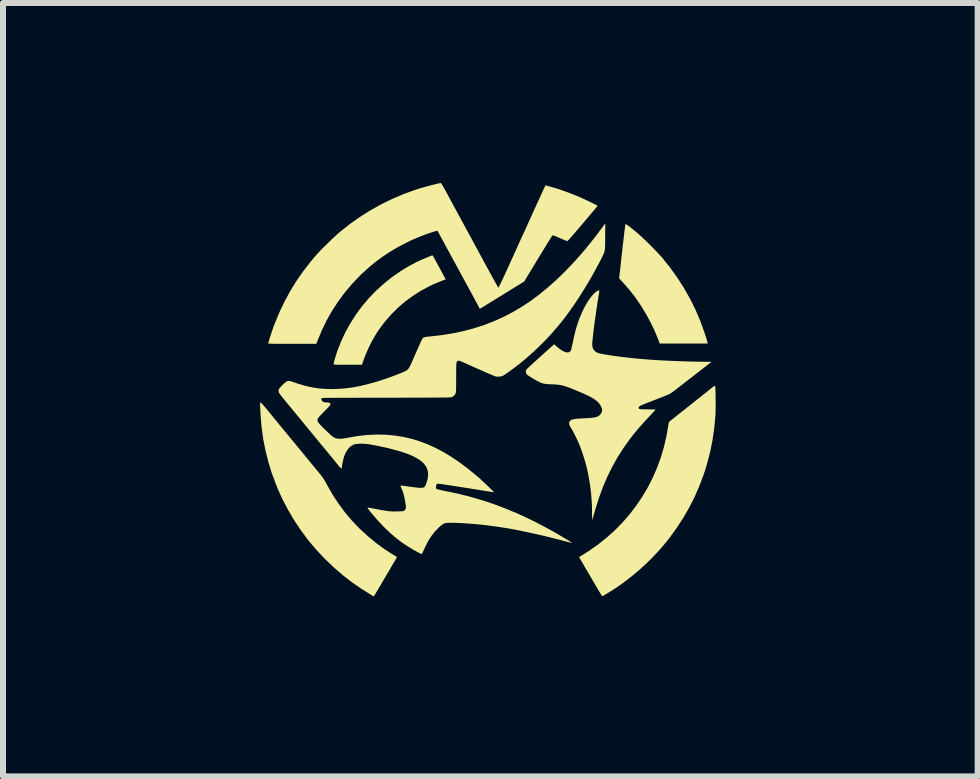
<source format=kicad_pcb>
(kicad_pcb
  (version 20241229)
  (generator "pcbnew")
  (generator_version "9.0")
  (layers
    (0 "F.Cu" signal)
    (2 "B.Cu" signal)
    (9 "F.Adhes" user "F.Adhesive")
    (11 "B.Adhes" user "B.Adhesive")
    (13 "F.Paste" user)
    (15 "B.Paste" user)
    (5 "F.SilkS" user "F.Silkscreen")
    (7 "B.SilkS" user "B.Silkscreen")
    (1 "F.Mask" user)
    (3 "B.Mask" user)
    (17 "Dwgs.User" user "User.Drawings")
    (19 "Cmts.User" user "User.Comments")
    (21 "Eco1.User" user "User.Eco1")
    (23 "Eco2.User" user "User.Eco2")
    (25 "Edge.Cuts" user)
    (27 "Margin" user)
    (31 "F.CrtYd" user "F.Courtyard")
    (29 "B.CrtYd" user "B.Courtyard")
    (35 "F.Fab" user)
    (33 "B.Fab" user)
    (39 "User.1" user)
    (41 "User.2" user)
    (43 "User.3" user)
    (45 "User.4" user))
  (footprint "SW_ICON"
    (layer "F.Cu")
    (at 5.121 3.606)
    (property "Reference" "SW_ICON" (at 0 0 0) (layer "User.1") (effects (font (size 1.5 1.5) (thickness 0.3))))
    (attr board_only exclude_from_pos_files exclude_from_bom)
    (fp_poly (pts (xy 2.259 -2.921) (xy 2.274 -2.912) (xy 2.297 -2.896) (xy 2.328 -2.873) (xy 2.368 -2.841) (xy 2.416 -2.802) (xy 2.435 -2.786) (xy 2.468 -2.758) (xy 2.507 -2.723) (xy 2.551 -2.682) (xy 2.597 -2.638) (xy 2.645 -2.591) (xy 2.693 -2.543) (xy 2.74 -2.495) (xy 2.783 -2.45) (xy 2.822 -2.409) (xy 2.855 -2.372) (xy 2.863 -2.363) (xy 2.994 -2.2) (xy 3.116 -2.03) (xy 3.228 -1.855) (xy 3.33 -1.675) (xy 3.422 -1.489) (xy 3.503 -1.299) (xy 3.573 -1.103) (xy 3.596 -1.034) (xy 3.604 -1.007) (xy 3.611 -0.981) (xy 3.617 -0.961) (xy 3.62 -0.95) (xy 3.624 -0.931) (xy 3.223 -0.931) (xy 2.823 -0.931) (xy 2.796 -1.004) (xy 2.738 -1.144) (xy 2.673 -1.28) (xy 2.599 -1.416) (xy 2.516 -1.553) (xy 2.434 -1.675) (xy 2.402 -1.719) (xy 2.364 -1.768) (xy 2.321 -1.821) (xy 2.275 -1.875) (xy 2.229 -1.928) (xy 2.193 -1.967) (xy 2.147 -2.018) (xy 2.15 -2.047) (xy 2.151 -2.058) (xy 2.154 -2.079) (xy 2.157 -2.109) (xy 2.162 -2.148) (xy 2.167 -2.194) (xy 2.173 -2.247) (xy 2.179 -2.305) (xy 2.186 -2.368) (xy 2.194 -2.434) (xy 2.201 -2.497) (xy 2.208 -2.565) (xy 2.216 -2.63) (xy 2.223 -2.691) (xy 2.229 -2.746) (xy 2.235 -2.796) (xy 2.241 -2.838) (xy 2.245 -2.873) (xy 2.249 -2.9) (xy 2.251 -2.916) (xy 2.253 -2.922)) (stroke (width 0) (type solid)) (fill yes) (layer "F.SilkS"))
    (fp_poly (pts (xy -0.959 -2.396) (xy -0.952 -2.385) (xy -0.951 -2.384) (xy -0.947 -2.377) (xy -0.938 -2.361) (xy -0.925 -2.337) (xy -0.909 -2.308) (xy -0.891 -2.274) (xy -0.871 -2.237) (xy -0.85 -2.199) (xy -0.829 -2.16) (xy -0.809 -2.123) (xy -0.79 -2.088) (xy -0.774 -2.057) (xy -0.76 -2.032) (xy -0.75 -2.014) (xy -0.748 -2.01) (xy -0.746 -2.001) (xy -0.753 -1.996) (xy -0.793 -1.982) (xy -0.84 -1.963) (xy -0.89 -1.942) (xy -0.941 -1.921) (xy -0.988 -1.899) (xy -1.017 -1.885) (xy -1.156 -1.811) (xy -1.289 -1.726) (xy -1.416 -1.633) (xy -1.535 -1.531) (xy -1.647 -1.42) (xy -1.752 -1.301) (xy -1.847 -1.175) (xy -1.858 -1.16) (xy -1.916 -1.07) (xy -1.972 -0.972) (xy -2.024 -0.868) (xy -2.071 -0.762) (xy -2.112 -0.656) (xy -2.119 -0.636) (xy -2.139 -0.578) (xy -2.373 -0.577) (xy -2.432 -0.577) (xy -2.481 -0.577) (xy -2.52 -0.578) (xy -2.55 -0.578) (xy -2.573 -0.579) (xy -2.59 -0.58) (xy -2.601 -0.581) (xy -2.607 -0.583) (xy -2.61 -0.585) (xy -2.61 -0.585) (xy -2.61 -0.594) (xy -2.607 -0.612) (xy -2.601 -0.637) (xy -2.593 -0.667) (xy -2.583 -0.701) (xy -2.572 -0.737) (xy -2.561 -0.772) (xy -2.551 -0.802) (xy -2.488 -0.963) (xy -2.415 -1.12) (xy -2.331 -1.27) (xy -2.239 -1.415) (xy -2.137 -1.553) (xy -2.026 -1.685) (xy -1.906 -1.809) (xy -1.778 -1.925) (xy -1.643 -2.034) (xy -1.499 -2.134) (xy -1.492 -2.139) (xy -1.434 -2.175) (xy -1.373 -2.211) (xy -1.31 -2.246) (xy -1.25 -2.278) (xy -1.196 -2.305) (xy -1.19 -2.307) (xy -1.166 -2.318) (xy -1.137 -2.331) (xy -1.105 -2.344) (xy -1.073 -2.358) (xy -1.042 -2.371) (xy -1.014 -2.382) (xy -0.99 -2.392) (xy -0.974 -2.398) (xy -0.966 -2.4) (xy -0.966 -2.4)) (stroke (width 0) (type solid)) (fill yes) (layer "F.SilkS"))
    (fp_poly (pts (xy -3.827 0.052) (xy -3.82 0.057) (xy -3.807 0.07) (xy -3.79 0.089) (xy -3.769 0.113) (xy -3.745 0.141) (xy -3.729 0.159) (xy -3.699 0.197) (xy -3.664 0.239) (xy -3.629 0.282) (xy -3.596 0.323) (xy -3.567 0.358) (xy -3.565 0.359) (xy -3.536 0.396) (xy -3.502 0.437) (xy -3.466 0.481) (xy -3.427 0.527) (xy -3.388 0.575) (xy -3.35 0.622) (xy -3.312 0.668) (xy -3.277 0.71) (xy -3.245 0.749) (xy -3.218 0.782) (xy -3.195 0.809) (xy -3.182 0.826) (xy -3.164 0.847) (xy -3.142 0.874) (xy -3.116 0.906) (xy -3.088 0.94) (xy -3.061 0.973) (xy -3.057 0.978) (xy -3.029 1.012) (xy -2.996 1.052) (xy -2.961 1.095) (xy -2.925 1.138) (xy -2.891 1.18) (xy -2.876 1.197) (xy -2.846 1.234) (xy -2.821 1.265) (xy -2.801 1.291) (xy -2.785 1.313) (xy -2.771 1.335) (xy -2.757 1.357) (xy -2.743 1.383) (xy -2.727 1.412) (xy -2.727 1.413) (xy -2.635 1.576) (xy -2.534 1.731) (xy -2.425 1.879) (xy -2.307 2.019) (xy -2.18 2.152) (xy -2.044 2.277) (xy -1.9 2.396) (xy -1.8 2.47) (xy -1.758 2.499) (xy -1.714 2.528) (xy -1.67 2.557) (xy -1.629 2.582) (xy -1.595 2.602) (xy -1.589 2.606) (xy -1.574 2.614) (xy -1.565 2.62) (xy -1.56 2.627) (xy -1.561 2.637) (xy -1.568 2.651) (xy -1.579 2.671) (xy -1.593 2.694) (xy -1.602 2.71) (xy -1.617 2.734) (xy -1.635 2.765) (xy -1.657 2.803) (xy -1.682 2.846) (xy -1.71 2.892) (xy -1.738 2.941) (xy -1.768 2.991) (xy -1.797 3.041) (xy -1.824 3.088) (xy -1.85 3.131) (xy -1.873 3.17) (xy -1.893 3.203) (xy -1.909 3.23) (xy -1.92 3.249) (xy -1.926 3.26) (xy -1.927 3.26) (xy -1.942 3.284) (xy -1.978 3.263) (xy -2.142 3.161) (xy -2.303 3.05) (xy -2.459 2.929) (xy -2.609 2.799) (xy -2.753 2.662) (xy -2.889 2.518) (xy -3.017 2.368) (xy -3.055 2.32) (xy -3.167 2.167) (xy -3.273 2.007) (xy -3.371 1.84) (xy -3.46 1.671) (xy -3.539 1.499) (xy -3.573 1.414) (xy -3.642 1.228) (xy -3.699 1.042) (xy -3.746 0.854) (xy -3.784 0.663) (xy -3.811 0.468) (xy -3.828 0.269) (xy -3.834 0.144) (xy -3.836 0.109) (xy -3.836 0.085) (xy -3.836 0.068) (xy -3.835 0.058) (xy -3.833 0.054) (xy -3.83 0.052)) (stroke (width 0) (type solid)) (fill yes) (layer "F.SilkS"))
    (fp_poly (pts (xy 3.746 -0.224) (xy 3.746 -0.224) (xy 3.748 -0.216) (xy 3.75 -0.199) (xy 3.752 -0.172) (xy 3.753 -0.139) (xy 3.754 -0.1) (xy 3.755 -0.056) (xy 3.755 -0.009) (xy 3.756 0.039) (xy 3.756 0.088) (xy 3.755 0.135) (xy 3.755 0.18) (xy 3.754 0.221) (xy 3.752 0.257) (xy 3.751 0.282) (xy 3.732 0.483) (xy 3.704 0.676) (xy 3.667 0.864) (xy 3.62 1.045) (xy 3.605 1.097) (xy 3.597 1.124) (xy 3.59 1.148) (xy 3.585 1.166) (xy 3.582 1.174) (xy 3.579 1.186) (xy 3.572 1.206) (xy 3.563 1.231) (xy 3.554 1.26) (xy 3.551 1.266) (xy 3.482 1.449) (xy 3.405 1.625) (xy 3.319 1.795) (xy 3.224 1.961) (xy 3.118 2.125) (xy 3.014 2.271) (xy 2.993 2.299) (xy 2.973 2.326) (xy 2.955 2.349) (xy 2.941 2.366) (xy 2.937 2.371) (xy 2.925 2.386) (xy 2.907 2.407) (xy 2.887 2.431) (xy 2.867 2.454) (xy 2.78 2.553) (xy 2.684 2.654) (xy 2.581 2.754) (xy 2.472 2.851) (xy 2.36 2.946) (xy 2.246 3.034) (xy 2.133 3.116) (xy 2.087 3.146) (xy 2.058 3.166) (xy 2.026 3.186) (xy 1.993 3.206) (xy 1.961 3.226) (xy 1.931 3.244) (xy 1.905 3.259) (xy 1.885 3.271) (xy 1.871 3.278) (xy 1.866 3.28) (xy 1.862 3.275) (xy 1.852 3.262) (xy 1.84 3.242) (xy 1.824 3.216) (xy 1.806 3.187) (xy 1.803 3.181) (xy 1.785 3.151) (xy 1.762 3.112) (xy 1.737 3.069) (xy 1.709 3.022) (xy 1.682 2.975) (xy 1.655 2.929) (xy 1.65 2.92) (xy 1.614 2.859) (xy 1.583 2.807) (xy 1.558 2.763) (xy 1.537 2.727) (xy 1.52 2.698) (xy 1.506 2.675) (xy 1.497 2.658) (xy 1.489 2.645) (xy 1.485 2.636) (xy 1.482 2.631) (xy 1.481 2.628) (xy 1.481 2.627) (xy 1.481 2.626) (xy 1.487 2.623) (xy 1.5 2.615) (xy 1.518 2.605) (xy 1.521 2.603) (xy 1.54 2.592) (xy 1.565 2.576) (xy 1.594 2.557) (xy 1.624 2.538) (xy 1.637 2.53) (xy 1.79 2.423) (xy 1.934 2.308) (xy 2.071 2.186) (xy 2.199 2.056) (xy 2.319 1.919) (xy 2.429 1.775) (xy 2.531 1.625) (xy 2.623 1.47) (xy 2.706 1.308) (xy 2.778 1.142) (xy 2.841 0.971) (xy 2.893 0.795) (xy 2.935 0.616) (xy 2.961 0.463) (xy 2.966 0.433) (xy 2.971 0.407) (xy 2.975 0.387) (xy 2.979 0.376) (xy 2.98 0.374) (xy 2.986 0.369) (xy 3 0.358) (xy 3.021 0.341) (xy 3.048 0.319) (xy 3.081 0.293) (xy 3.117 0.264) (xy 3.157 0.233) (xy 3.184 0.211) (xy 3.227 0.177) (xy 3.269 0.144) (xy 3.307 0.114) (xy 3.342 0.086) (xy 3.372 0.062) (xy 3.396 0.043) (xy 3.412 0.03) (xy 3.417 0.026) (xy 3.437 0.01) (xy 3.456 -0.005) (xy 3.471 -0.017) (xy 3.472 -0.017) (xy 3.483 -0.026) (xy 3.501 -0.04) (xy 3.524 -0.058) (xy 3.549 -0.079) (xy 3.562 -0.089) (xy 3.607 -0.125) (xy 3.644 -0.155) (xy 3.674 -0.179) (xy 3.697 -0.197) (xy 3.715 -0.21) (xy 3.728 -0.218) (xy 3.737 -0.223) (xy 3.743 -0.225)) (stroke (width 0) (type solid)) (fill yes) (layer "F.SilkS"))
    (fp_poly (pts (xy 1.813 -1.816) (xy 1.816 -1.812) (xy 1.817 -1.802) (xy 1.815 -1.787) (xy 1.811 -1.763) (xy 1.806 -1.73) (xy 1.805 -1.726) (xy 1.79 -1.633) (xy 1.775 -1.537) (xy 1.761 -1.439) (xy 1.747 -1.342) (xy 1.734 -1.248) (xy 1.723 -1.159) (xy 1.713 -1.077) (xy 1.705 -1.003) (xy 1.704 -0.995) (xy 1.7 -0.949) (xy 1.699 -0.911) (xy 1.702 -0.881) (xy 1.708 -0.857) (xy 1.718 -0.836) (xy 1.732 -0.817) (xy 1.742 -0.806) (xy 1.755 -0.794) (xy 1.769 -0.785) (xy 1.786 -0.777) (xy 1.807 -0.769) (xy 1.834 -0.763) (xy 1.869 -0.756) (xy 1.913 -0.748) (xy 1.926 -0.746) (xy 2.067 -0.724) (xy 2.212 -0.705) (xy 2.364 -0.688) (xy 2.521 -0.673) (xy 2.686 -0.66) (xy 2.859 -0.65) (xy 3.041 -0.641) (xy 3.232 -0.634) (xy 3.433 -0.629) (xy 3.586 -0.627) (xy 3.687 -0.626) (xy 3.558 -0.526) (xy 3.521 -0.497) (xy 3.477 -0.463) (xy 3.429 -0.426) (xy 3.379 -0.386) (xy 3.328 -0.347) (xy 3.28 -0.31) (xy 3.258 -0.293) (xy 3.204 -0.25) (xy 3.158 -0.215) (xy 3.119 -0.185) (xy 3.087 -0.16) (xy 3.061 -0.14) (xy 3.039 -0.124) (xy 3.021 -0.112) (xy 3.007 -0.102) (xy 2.994 -0.094) (xy 2.984 -0.088) (xy 2.975 -0.084) (xy 2.962 -0.079) (xy 2.94 -0.069) (xy 2.911 -0.057) (xy 2.876 -0.043) (xy 2.836 -0.028) (xy 2.795 -0.012) (xy 2.79 -0.01) (xy 2.723 0.016) (xy 2.667 0.038) (xy 2.62 0.056) (xy 2.581 0.072) (xy 2.55 0.084) (xy 2.525 0.095) (xy 2.506 0.103) (xy 2.493 0.111) (xy 2.484 0.117) (xy 2.478 0.122) (xy 2.475 0.127) (xy 2.473 0.132) (xy 2.473 0.137) (xy 2.473 0.14) (xy 2.474 0.148) (xy 2.477 0.154) (xy 2.483 0.159) (xy 2.494 0.162) (xy 2.512 0.164) (xy 2.537 0.165) (xy 2.571 0.166) (xy 2.615 0.166) (xy 2.619 0.166) (xy 2.657 0.167) (xy 2.691 0.167) (xy 2.719 0.168) (xy 2.74 0.168) (xy 2.752 0.169) (xy 2.753 0.17) (xy 2.751 0.174) (xy 2.742 0.186) (xy 2.726 0.203) (xy 2.706 0.225) (xy 2.682 0.25) (xy 2.674 0.259) (xy 2.569 0.371) (xy 2.474 0.478) (xy 2.389 0.58) (xy 2.331 0.654) (xy 2.222 0.807) (xy 2.122 0.963) (xy 2.032 1.124) (xy 1.95 1.29) (xy 1.876 1.463) (xy 1.81 1.643) (xy 1.751 1.831) (xy 1.75 1.834) (xy 1.739 1.873) (xy 1.729 1.909) (xy 1.719 1.941) (xy 1.712 1.968) (xy 1.706 1.986) (xy 1.705 1.991) (xy 1.702 2) (xy 1.7 2.004) (xy 1.699 2.003) (xy 1.697 1.996) (xy 1.697 1.982) (xy 1.696 1.959) (xy 1.696 1.927) (xy 1.695 1.889) (xy 1.695 1.85) (xy 1.695 1.814) (xy 1.694 1.783) (xy 1.693 1.759) (xy 1.693 1.744) (xy 1.693 1.74) (xy 1.691 1.728) (xy 1.69 1.707) (xy 1.688 1.68) (xy 1.687 1.654) (xy 1.681 1.58) (xy 1.672 1.497) (xy 1.66 1.41) (xy 1.645 1.32) (xy 1.628 1.232) (xy 1.61 1.148) (xy 1.593 1.081) (xy 1.58 1.033) (xy 1.563 0.978) (xy 1.544 0.92) (xy 1.525 0.863) (xy 1.506 0.809) (xy 1.489 0.766) (xy 1.474 0.73) (xy 1.456 0.689) (xy 1.435 0.645) (xy 1.413 0.6) (xy 1.391 0.557) (xy 1.37 0.519) (xy 1.352 0.488) (xy 1.347 0.48) (xy 1.328 0.447) (xy 1.317 0.421) (xy 1.313 0.4) (xy 1.316 0.381) (xy 1.32 0.374) (xy 1.328 0.36) (xy 1.338 0.35) (xy 1.351 0.342) (xy 1.37 0.335) (xy 1.396 0.329) (xy 1.431 0.323) (xy 1.442 0.322) (xy 1.463 0.321) (xy 1.491 0.319) (xy 1.525 0.317) (xy 1.562 0.315) (xy 1.577 0.314) (xy 1.629 0.312) (xy 1.671 0.309) (xy 1.705 0.306) (xy 1.732 0.302) (xy 1.754 0.298) (xy 1.773 0.292) (xy 1.79 0.285) (xy 1.795 0.282) (xy 1.823 0.263) (xy 1.844 0.238) (xy 1.859 0.209) (xy 1.864 0.18) (xy 1.86 0.155) (xy 1.849 0.126) (xy 1.834 0.095) (xy 1.82 0.076) (xy 1.8 0.052) (xy 1.776 0.029) (xy 1.749 0.007) (xy 1.715 -0.015) (xy 1.676 -0.038) (xy 1.629 -0.062) (xy 1.573 -0.088) (xy 1.507 -0.117) (xy 1.498 -0.12) (xy 1.433 -0.148) (xy 1.377 -0.171) (xy 1.329 -0.19) (xy 1.287 -0.206) (xy 1.251 -0.218) (xy 1.217 -0.228) (xy 1.186 -0.236) (xy 1.156 -0.241) (xy 1.125 -0.245) (xy 1.092 -0.248) (xy 1.056 -0.25) (xy 1.025 -0.251) (xy 0.979 -0.253) (xy 0.942 -0.256) (xy 0.913 -0.259) (xy 0.888 -0.263) (xy 0.867 -0.269) (xy 0.845 -0.276) (xy 0.823 -0.287) (xy 0.807 -0.294) (xy 0.781 -0.307) (xy 0.752 -0.324) (xy 0.721 -0.342) (xy 0.69 -0.361) (xy 0.661 -0.379) (xy 0.636 -0.395) (xy 0.618 -0.409) (xy 0.607 -0.418) (xy 0.607 -0.418) (xy 0.595 -0.44) (xy 0.592 -0.465) (xy 0.598 -0.489) (xy 0.602 -0.498) (xy 0.609 -0.505) (xy 0.623 -0.519) (xy 0.644 -0.539) (xy 0.67 -0.563) (xy 0.7 -0.591) (xy 0.733 -0.621) (xy 0.758 -0.643) (xy 0.793 -0.675) (xy 0.828 -0.706) (xy 0.859 -0.734) (xy 0.886 -0.759) (xy 0.908 -0.778) (xy 0.923 -0.792) (xy 0.929 -0.797) (xy 0.946 -0.813) (xy 0.968 -0.832) (xy 0.989 -0.852) (xy 0.993 -0.855) (xy 1.012 -0.872) (xy 1.031 -0.889) (xy 1.045 -0.902) (xy 1.047 -0.904) (xy 1.064 -0.919) (xy 1.097 -0.89) (xy 1.145 -0.85) (xy 1.188 -0.819) (xy 1.228 -0.797) (xy 1.263 -0.785) (xy 1.292 -0.782) (xy 1.317 -0.788) (xy 1.336 -0.805) (xy 1.343 -0.816) (xy 1.347 -0.826) (xy 1.352 -0.846) (xy 1.358 -0.873) (xy 1.365 -0.904) (xy 1.373 -0.939) (xy 1.373 -0.94) (xy 1.397 -1.053) (xy 1.423 -1.157) (xy 1.451 -1.253) (xy 1.483 -1.343) (xy 1.518 -1.428) (xy 1.558 -1.512) (xy 1.563 -1.522) (xy 1.595 -1.581) (xy 1.628 -1.636) (xy 1.662 -1.685) (xy 1.695 -1.727) (xy 1.727 -1.762) (xy 1.757 -1.79) (xy 1.784 -1.808) (xy 1.801 -1.814) (xy 1.808 -1.816)) (stroke (width 0) (type solid)) (fill yes) (layer "F.SilkS"))
    (fp_poly (pts (xy -0.82 -3.602) (xy -0.813 -3.592) (xy -0.801 -3.574) (xy -0.786 -3.548) (xy -0.767 -3.514) (xy -0.743 -3.471) (xy -0.715 -3.42) (xy -0.682 -3.359) (xy -0.644 -3.289) (xy -0.624 -3.252) (xy -0.603 -3.213) (xy -0.577 -3.165) (xy -0.549 -3.113) (xy -0.518 -3.056) (xy -0.487 -2.999) (xy -0.456 -2.942) (xy -0.427 -2.888) (xy -0.401 -2.839) (xy -0.378 -2.798) (xy -0.374 -2.791) (xy -0.355 -2.756) (xy -0.335 -2.72) (xy -0.317 -2.686) (xy -0.301 -2.658) (xy -0.29 -2.636) (xy -0.289 -2.634) (xy -0.267 -2.594) (xy -0.243 -2.549) (xy -0.216 -2.5) (xy -0.188 -2.447) (xy -0.158 -2.392) (xy -0.127 -2.335) (xy -0.096 -2.277) (xy -0.065 -2.22) (xy -0.034 -2.164) (xy -0.005 -2.11) (xy 0.023 -2.059) (xy 0.049 -2.012) (xy 0.072 -1.97) (xy 0.093 -1.933) (xy 0.109 -1.903) (xy 0.122 -1.88) (xy 0.13 -1.866) (xy 0.133 -1.861) (xy 0.136 -1.864) (xy 0.143 -1.875) (xy 0.153 -1.894) (xy 0.166 -1.922) (xy 0.184 -1.958) (xy 0.206 -2.004) (xy 0.232 -2.06) (xy 0.262 -2.125) (xy 0.296 -2.2) (xy 0.33 -2.274) (xy 0.351 -2.322) (xy 0.376 -2.375) (xy 0.401 -2.431) (xy 0.426 -2.485) (xy 0.448 -2.534) (xy 0.454 -2.549) (xy 0.484 -2.614) (xy 0.518 -2.689) (xy 0.557 -2.773) (xy 0.599 -2.866) (xy 0.644 -2.966) (xy 0.693 -3.073) (xy 0.728 -3.151) (xy 0.746 -3.191) (xy 0.763 -3.228) (xy 0.779 -3.263) (xy 0.793 -3.292) (xy 0.803 -3.315) (xy 0.808 -3.326) (xy 0.818 -3.346) (xy 0.83 -3.373) (xy 0.844 -3.403) (xy 0.856 -3.431) (xy 0.876 -3.474) (xy 0.891 -3.507) (xy 0.902 -3.532) (xy 0.911 -3.549) (xy 0.917 -3.56) (xy 0.921 -3.565) (xy 0.922 -3.566) (xy 0.93 -3.564) (xy 0.946 -3.56) (xy 0.97 -3.554) (xy 0.997 -3.546) (xy 1.027 -3.537) (xy 1.058 -3.529) (xy 1.086 -3.52) (xy 1.11 -3.513) (xy 1.118 -3.511) (xy 1.249 -3.466) (xy 1.38 -3.417) (xy 1.486 -3.373) (xy 1.511 -3.362) (xy 1.541 -3.348) (xy 1.574 -3.333) (xy 1.61 -3.316) (xy 1.646 -3.299) (xy 1.681 -3.282) (xy 1.714 -3.266) (xy 1.742 -3.252) (xy 1.764 -3.24) (xy 1.779 -3.233) (xy 1.784 -3.229) (xy 1.785 -3.228) (xy 1.785 -3.227) (xy 1.785 -3.224) (xy 1.783 -3.22) (xy 1.778 -3.214) (xy 1.771 -3.205) (xy 1.762 -3.193) (xy 1.748 -3.176) (xy 1.731 -3.155) (xy 1.709 -3.129) (xy 1.682 -3.097) (xy 1.65 -3.059) (xy 1.612 -3.014) (xy 1.567 -2.961) (xy 1.516 -2.901) (xy 1.513 -2.897) (xy 1.468 -2.844) (xy 1.426 -2.796) (xy 1.389 -2.753) (xy 1.357 -2.716) (xy 1.33 -2.686) (xy 1.309 -2.662) (xy 1.294 -2.646) (xy 1.285 -2.639) (xy 1.283 -2.638) (xy 1.275 -2.64) (xy 1.259 -2.647) (xy 1.235 -2.656) (xy 1.206 -2.668) (xy 1.176 -2.681) (xy 1.134 -2.699) (xy 1.102 -2.713) (xy 1.078 -2.723) (xy 1.061 -2.729) (xy 1.049 -2.732) (xy 1.04 -2.732) (xy 1.035 -2.729) (xy 1.03 -2.725) (xy 1.025 -2.718) (xy 1.024 -2.715) (xy 1.02 -2.71) (xy 1.014 -2.701) (xy 1.007 -2.689) (xy 0.997 -2.673) (xy 0.984 -2.653) (xy 0.969 -2.628) (xy 0.95 -2.598) (xy 0.928 -2.561) (xy 0.901 -2.518) (xy 0.871 -2.468) (xy 0.835 -2.41) (xy 0.795 -2.343) (xy 0.749 -2.268) (xy 0.71 -2.203) (xy 0.564 -1.963) (xy 0.492 -1.919) (xy 0.473 -1.907) (xy 0.444 -1.89) (xy 0.409 -1.868) (xy 0.368 -1.843) (xy 0.322 -1.815) (xy 0.274 -1.785) (xy 0.224 -1.754) (xy 0.183 -1.729) (xy 0.133 -1.698) (xy 0.084 -1.668) (xy 0.037 -1.639) (xy -0.006 -1.612) (xy -0.044 -1.589) (xy -0.076 -1.569) (xy -0.1 -1.554) (xy -0.115 -1.545) (xy -0.174 -1.509) (xy -0.184 -1.527) (xy -0.192 -1.543) (xy -0.205 -1.568) (xy -0.222 -1.598) (xy -0.241 -1.634) (xy -0.262 -1.673) (xy -0.284 -1.713) (xy -0.305 -1.752) (xy -0.325 -1.79) (xy -0.344 -1.823) (xy -0.359 -1.851) (xy -0.369 -1.869) (xy -0.381 -1.892) (xy -0.398 -1.923) (xy -0.418 -1.96) (xy -0.44 -2) (xy -0.463 -2.042) (xy -0.482 -2.077) (xy -0.504 -2.118) (xy -0.527 -2.16) (xy -0.548 -2.2) (xy -0.568 -2.236) (xy -0.584 -2.266) (xy -0.595 -2.286) (xy -0.611 -2.315) (xy -0.628 -2.346) (xy -0.644 -2.375) (xy -0.654 -2.394) (xy -0.684 -2.45) (xy -0.714 -2.504) (xy -0.743 -2.557) (xy -0.77 -2.608) (xy -0.795 -2.655) (xy -0.818 -2.697) (xy -0.839 -2.734) (xy -0.855 -2.765) (xy -0.868 -2.789) (xy -0.877 -2.804) (xy -0.88 -2.811) (xy -0.88 -2.811) (xy -0.887 -2.81) (xy -0.902 -2.806) (xy -0.925 -2.8) (xy -0.954 -2.791) (xy -0.987 -2.78) (xy -1.022 -2.769) (xy -1.058 -2.756) (xy -1.068 -2.753) (xy -1.19 -2.706) (xy -1.316 -2.652) (xy -1.441 -2.59) (xy -1.565 -2.523) (xy -1.684 -2.452) (xy -1.795 -2.378) (xy -1.866 -2.326) (xy -1.885 -2.312) (xy -1.901 -2.3) (xy -1.912 -2.292) (xy -1.912 -2.291) (xy -1.94 -2.269) (xy -1.975 -2.241) (xy -2.013 -2.208) (xy -2.054 -2.172) (xy -2.094 -2.135) (xy -2.133 -2.1) (xy -2.168 -2.067) (xy -2.177 -2.057) (xy -2.306 -1.922) (xy -2.426 -1.78) (xy -2.536 -1.631) (xy -2.637 -1.476) (xy -2.728 -1.315) (xy -2.809 -1.147) (xy -2.88 -0.976) (xy -2.899 -0.926) (xy -3.302 -0.926) (xy -3.381 -0.926) (xy -3.45 -0.926) (xy -3.508 -0.926) (xy -3.557 -0.926) (xy -3.598 -0.927) (xy -3.63 -0.927) (xy -3.656 -0.928) (xy -3.675 -0.929) (xy -3.688 -0.93) (xy -3.697 -0.931) (xy -3.701 -0.932) (xy -3.702 -0.934) (xy -3.702 -0.934) (xy -3.699 -0.944) (xy -3.694 -0.96) (xy -3.692 -0.967) (xy -3.681 -1.004) (xy -3.667 -1.05) (xy -3.651 -1.099) (xy -3.634 -1.149) (xy -3.617 -1.197) (xy -3.602 -1.24) (xy -3.595 -1.257) (xy -3.516 -1.449) (xy -3.428 -1.633) (xy -3.331 -1.811) (xy -3.225 -1.982) (xy -3.108 -2.149) (xy -2.982 -2.31) (xy -2.901 -2.406) (xy -2.87 -2.439) (xy -2.832 -2.479) (xy -2.79 -2.523) (xy -2.743 -2.569) (xy -2.695 -2.616) (xy -2.647 -2.663) (xy -2.6 -2.706) (xy -2.557 -2.746) (xy -2.518 -2.78) (xy -2.505 -2.791) (xy -2.343 -2.92) (xy -2.174 -3.04) (xy -1.999 -3.15) (xy -1.818 -3.251) (xy -1.632 -3.342) (xy -1.442 -3.423) (xy -1.248 -3.493) (xy -1.187 -3.512) (xy -1.152 -3.523) (xy -1.113 -3.534) (xy -1.071 -3.546) (xy -1.027 -3.558) (xy -0.983 -3.569) (xy -0.942 -3.58) (xy -0.904 -3.589) (xy -0.872 -3.597) (xy -0.846 -3.602) (xy -0.829 -3.605) (xy -0.824 -3.606)) (stroke (width 0) (type solid)) (fill yes) (layer "F.SilkS"))
    (fp_poly (pts (xy 1.915 -2.711) (xy 1.914 -2.653) (xy 1.914 -2.605) (xy 1.913 -2.565) (xy 1.912 -2.532) (xy 1.91 -2.505) (xy 1.906 -2.481) (xy 1.902 -2.461) (xy 1.896 -2.441) (xy 1.887 -2.421) (xy 1.877 -2.399) (xy 1.864 -2.373) (xy 1.849 -2.343) (xy 1.848 -2.34) (xy 1.778 -2.208) (xy 1.706 -2.075) (xy 1.63 -1.944) (xy 1.552 -1.816) (xy 1.473 -1.692) (xy 1.394 -1.573) (xy 1.315 -1.461) (xy 1.237 -1.356) (xy 1.162 -1.261) (xy 1.121 -1.212) (xy 1.105 -1.194) (xy 1.085 -1.171) (xy 1.064 -1.146) (xy 1.055 -1.135) (xy 0.99 -1.062) (xy 0.917 -0.985) (xy 0.838 -0.906) (xy 0.755 -0.826) (xy 0.671 -0.749) (xy 0.587 -0.675) (xy 0.505 -0.607) (xy 0.453 -0.567) (xy 0.417 -0.539) (xy 0.38 -0.512) (xy 0.344 -0.485) (xy 0.309 -0.46) (xy 0.277 -0.437) (xy 0.249 -0.418) (xy 0.228 -0.404) (xy 0.215 -0.396) (xy 0.214 -0.396) (xy 0.182 -0.384) (xy 0.146 -0.379) (xy 0.109 -0.379) (xy 0.091 -0.382) (xy 0.081 -0.385) (xy 0.064 -0.392) (xy 0.039 -0.402) (xy 0.007 -0.415) (xy -0.034 -0.433) (xy -0.083 -0.454) (xy -0.14 -0.48) (xy -0.208 -0.509) (xy -0.285 -0.543) (xy -0.371 -0.582) (xy -0.403 -0.596) (xy -0.437 -0.611) (xy -0.468 -0.624) (xy -0.493 -0.635) (xy -0.512 -0.642) (xy -0.523 -0.646) (xy -0.524 -0.646) (xy -0.544 -0.641) (xy -0.558 -0.626) (xy -0.563 -0.616) (xy -0.564 -0.605) (xy -0.566 -0.582) (xy -0.567 -0.548) (xy -0.568 -0.502) (xy -0.569 -0.446) (xy -0.569 -0.377) (xy -0.569 -0.358) (xy -0.569 -0.299) (xy -0.569 -0.25) (xy -0.57 -0.21) (xy -0.57 -0.178) (xy -0.571 -0.154) (xy -0.572 -0.135) (xy -0.573 -0.121) (xy -0.575 -0.11) (xy -0.577 -0.102) (xy -0.579 -0.096) (xy -0.58 -0.094) (xy -0.598 -0.068) (xy -0.624 -0.047) (xy -0.65 -0.035) (xy -0.656 -0.034) (xy -0.669 -0.033) (xy -0.689 -0.033) (xy -0.716 -0.032) (xy -0.752 -0.031) (xy -0.796 -0.031) (xy -0.848 -0.03) (xy -0.909 -0.03) (xy -0.979 -0.03) (xy -1.058 -0.029) (xy -1.147 -0.029) (xy -1.247 -0.029) (xy -1.356 -0.029) (xy -1.477 -0.028) (xy -1.608 -0.028) (xy -1.721 -0.028) (xy -1.831 -0.028) (xy -1.938 -0.028) (xy -2.041 -0.028) (xy -2.141 -0.028) (xy -2.235 -0.027) (xy -2.325 -0.027) (xy -2.408 -0.027) (xy -2.485 -0.027) (xy -2.555 -0.026) (xy -2.617 -0.026) (xy -2.671 -0.025) (xy -2.716 -0.025) (xy -2.752 -0.024) (xy -2.777 -0.024) (xy -2.792 -0.023) (xy -2.795 -0.023) (xy -2.808 -0.02) (xy -2.814 -0.018) (xy -2.813 -0.018) (xy -2.811 -0.015) (xy -2.814 -0.013) (xy -2.817 -0.005) (xy -2.814 0.008) (xy -2.805 0.022) (xy -2.792 0.035) (xy -2.786 0.04) (xy -2.77 0.047) (xy -2.751 0.05) (xy -2.725 0.051) (xy -2.697 0.053) (xy -2.679 0.058) (xy -2.668 0.067) (xy -2.665 0.081) (xy -2.665 0.084) (xy -2.667 0.091) (xy -2.673 0.101) (xy -2.685 0.115) (xy -2.702 0.134) (xy -2.726 0.16) (xy -2.758 0.192) (xy -2.763 0.196) (xy -2.798 0.232) (xy -2.825 0.26) (xy -2.846 0.283) (xy -2.861 0.301) (xy -2.871 0.316) (xy -2.877 0.329) (xy -2.879 0.34) (xy -2.88 0.346) (xy -2.879 0.357) (xy -2.875 0.369) (xy -2.868 0.382) (xy -2.856 0.398) (xy -2.839 0.417) (xy -2.817 0.441) (xy -2.787 0.471) (xy -2.75 0.507) (xy -2.747 0.51) (xy -2.707 0.548) (xy -2.675 0.579) (xy -2.647 0.603) (xy -2.624 0.621) (xy -2.603 0.635) (xy -2.584 0.644) (xy -2.565 0.65) (xy -2.545 0.653) (xy -2.522 0.655) (xy -2.517 0.656) (xy -2.496 0.656) (xy -2.474 0.655) (xy -2.449 0.652) (xy -2.418 0.647) (xy -2.379 0.64) (xy -2.369 0.638) (xy -2.207 0.61) (xy -2.048 0.593) (xy -1.891 0.586) (xy -1.737 0.589) (xy -1.587 0.603) (xy -1.445 0.626) (xy -1.311 0.657) (xy -1.178 0.698) (xy -1.045 0.748) (xy -0.913 0.808) (xy -0.781 0.878) (xy -0.649 0.958) (xy -0.515 1.048) (xy -0.38 1.149) (xy -0.243 1.261) (xy -0.217 1.283) (xy -0.189 1.307) (xy -0.159 1.334) (xy -0.127 1.364) (xy -0.094 1.394) (xy -0.062 1.424) (xy -0.031 1.453) (xy -0.004 1.48) (xy 0.02 1.503) (xy 0.039 1.522) (xy 0.052 1.536) (xy 0.058 1.543) (xy 0.058 1.544) (xy 0.053 1.547) (xy 0.042 1.546) (xy 0.033 1.544) (xy 0.014 1.541) (xy -0.014 1.537) (xy -0.05 1.531) (xy -0.091 1.524) (xy -0.137 1.517) (xy -0.186 1.509) (xy -0.192 1.508) (xy -0.295 1.492) (xy -0.388 1.477) (xy -0.47 1.464) (xy -0.543 1.453) (xy -0.606 1.443) (xy -0.662 1.434) (xy -0.709 1.427) (xy -0.749 1.421) (xy -0.783 1.416) (xy -0.811 1.412) (xy -0.833 1.409) (xy -0.851 1.407) (xy -0.864 1.406) (xy -0.874 1.406) (xy -0.881 1.406) (xy -0.886 1.407) (xy -0.889 1.408) (xy -0.891 1.41) (xy -0.892 1.412) (xy -0.894 1.414) (xy -0.894 1.415) (xy -0.899 1.425) (xy -0.903 1.443) (xy -0.904 1.454) (xy -0.905 1.472) (xy -0.904 1.483) (xy -0.898 1.49) (xy -0.893 1.493) (xy -0.884 1.497) (xy -0.865 1.502) (xy -0.838 1.508) (xy -0.805 1.516) (xy -0.768 1.524) (xy -0.746 1.528) (xy -0.708 1.536) (xy -0.664 1.545) (xy -0.617 1.555) (xy -0.568 1.566) (xy -0.519 1.577) (xy -0.471 1.588) (xy -0.428 1.599) (xy -0.39 1.608) (xy -0.359 1.616) (xy -0.337 1.622) (xy -0.334 1.623) (xy -0.322 1.627) (xy -0.302 1.632) (xy -0.275 1.64) (xy -0.244 1.649) (xy -0.224 1.655) (xy -0.066 1.703) (xy 0.097 1.759) (xy 0.264 1.823) (xy 0.432 1.893) (xy 0.6 1.969) (xy 0.765 2.05) (xy 0.927 2.135) (xy 1.01 2.181) (xy 1.026 2.19) (xy 1.047 2.202) (xy 1.065 2.211) (xy 1.082 2.221) (xy 1.107 2.235) (xy 1.14 2.255) (xy 1.179 2.278) (xy 1.223 2.304) (xy 1.27 2.332) (xy 1.32 2.362) (xy 1.334 2.371) (xy 1.348 2.38) (xy 1.357 2.387) (xy 1.359 2.39) (xy 1.353 2.39) (xy 1.339 2.387) (xy 1.318 2.382) (xy 1.296 2.377) (xy 1.144 2.337) (xy 0.994 2.299) (xy 0.845 2.263) (xy 0.701 2.231) (xy 0.561 2.201) (xy 0.429 2.174) (xy 0.305 2.151) (xy 0.237 2.14) (xy 0.125 2.123) (xy 0.01 2.107) (xy -0.105 2.093) (xy -0.22 2.081) (xy -0.331 2.072) (xy -0.437 2.064) (xy -0.537 2.059) (xy -0.627 2.057) (xy -0.651 2.057) (xy -0.686 2.057) (xy -0.713 2.058) (xy -0.732 2.059) (xy -0.747 2.061) (xy -0.758 2.064) (xy -0.769 2.068) (xy -0.775 2.071) (xy -0.792 2.081) (xy -0.813 2.097) (xy -0.837 2.116) (xy -0.852 2.129) (xy -0.916 2.194) (xy -0.975 2.268) (xy -1.03 2.352) (xy -1.079 2.446) (xy -1.112 2.517) (xy -1.122 2.541) (xy -1.132 2.56) (xy -1.14 2.572) (xy -1.144 2.576) (xy -1.155 2.574) (xy -1.169 2.568) (xy -1.17 2.568) (xy -1.281 2.507) (xy -1.383 2.445) (xy -1.479 2.381) (xy -1.569 2.311) (xy -1.658 2.236) (xy -1.746 2.153) (xy -1.771 2.128) (xy -1.804 2.094) (xy -1.837 2.058) (xy -1.871 2.022) (xy -1.904 1.984) (xy -1.936 1.948) (xy -1.965 1.914) (xy -1.991 1.883) (xy -2.013 1.855) (xy -2.03 1.832) (xy -2.041 1.816) (xy -2.045 1.806) (xy -2.044 1.804) (xy -2.038 1.804) (xy -2.021 1.806) (xy -1.997 1.81) (xy -1.966 1.815) (xy -1.931 1.822) (xy -1.911 1.826) (xy -1.851 1.837) (xy -1.8 1.847) (xy -1.756 1.854) (xy -1.719 1.86) (xy -1.686 1.864) (xy -1.654 1.866) (xy -1.623 1.868) (xy -1.591 1.868) (xy -1.555 1.867) (xy -1.554 1.867) (xy -1.513 1.866) (xy -1.481 1.865) (xy -1.458 1.862) (xy -1.441 1.858) (xy -1.43 1.851) (xy -1.421 1.843) (xy -1.415 1.831) (xy -1.413 1.828) (xy -1.409 1.816) (xy -1.406 1.805) (xy -1.406 1.791) (xy -1.408 1.77) (xy -1.411 1.753) (xy -1.423 1.675) (xy -1.438 1.606) (xy -1.455 1.546) (xy -1.475 1.494) (xy -1.479 1.484) (xy -1.488 1.464) (xy -1.494 1.447) (xy -1.496 1.438) (xy -1.496 1.436) (xy -1.489 1.436) (xy -1.473 1.437) (xy -1.449 1.44) (xy -1.42 1.444) (xy -1.389 1.448) (xy -1.326 1.457) (xy -1.273 1.464) (xy -1.229 1.469) (xy -1.194 1.473) (xy -1.166 1.474) (xy -1.144 1.474) (xy -1.126 1.472) (xy -1.113 1.468) (xy -1.102 1.461) (xy -1.094 1.454) (xy -1.087 1.446) (xy -1.079 1.432) (xy -1.07 1.409) (xy -1.06 1.381) (xy -1.051 1.351) (xy -1.044 1.322) (xy -1.039 1.297) (xy -1.036 1.245) (xy -1.041 1.197) (xy -1.055 1.152) (xy -1.077 1.109) (xy -1.109 1.068) (xy -1.15 1.03) (xy -1.201 0.994) (xy -1.262 0.959) (xy -1.333 0.927) (xy -1.415 0.895) (xy -1.508 0.865) (xy -1.612 0.836) (xy -1.672 0.82) (xy -1.736 0.805) (xy -1.803 0.79) (xy -1.87 0.776) (xy -1.935 0.764) (xy -1.994 0.753) (xy -2.044 0.745) (xy -2.096 0.74) (xy -2.148 0.738) (xy -2.196 0.739) (xy -2.239 0.744) (xy -2.273 0.752) (xy -2.278 0.754) (xy -2.316 0.774) (xy -2.352 0.805) (xy -2.384 0.845) (xy -2.412 0.893) (xy -2.435 0.948) (xy -2.44 0.966) (xy -2.448 0.994) (xy -2.456 1.027) (xy -2.463 1.06) (xy -2.469 1.091) (xy -2.472 1.117) (xy -2.473 1.132) (xy -2.475 1.145) (xy -2.481 1.15) (xy -2.491 1.145) (xy -2.507 1.13) (xy -2.527 1.106) (xy -2.539 1.091) (xy -2.558 1.069) (xy -2.581 1.04) (xy -2.609 1.006) (xy -2.64 0.968) (xy -2.674 0.927) (xy -2.708 0.885) (xy -2.721 0.87) (xy -2.761 0.821) (xy -2.807 0.766) (xy -2.856 0.707) (xy -2.906 0.646) (xy -2.955 0.586) (xy -3.002 0.529) (xy -3.042 0.48) (xy -3.082 0.432) (xy -3.123 0.381) (xy -3.165 0.33) (xy -3.207 0.28) (xy -3.246 0.232) (xy -3.281 0.189) (xy -3.311 0.153) (xy -3.317 0.146) (xy -3.361 0.093) (xy -3.399 0.047) (xy -3.43 0.009) (xy -3.456 -0.023) (xy -3.477 -0.049) (xy -3.493 -0.07) (xy -3.506 -0.087) (xy -3.514 -0.1) (xy -3.521 -0.11) (xy -3.525 -0.118) (xy -3.527 -0.125) (xy -3.528 -0.132) (xy -3.528 -0.134) (xy -3.529 -0.149) (xy -3.526 -0.163) (xy -3.519 -0.177) (xy -3.507 -0.194) (xy -3.488 -0.214) (xy -3.462 -0.24) (xy -3.453 -0.25) (xy -3.425 -0.275) (xy -3.403 -0.293) (xy -3.383 -0.304) (xy -3.363 -0.308) (xy -3.342 -0.306) (xy -3.315 -0.299) (xy -3.294 -0.292) (xy -3.193 -0.258) (xy -3.1 -0.231) (xy -3.011 -0.209) (xy -2.926 -0.193) (xy -2.841 -0.182) (xy -2.755 -0.175) (xy -2.665 -0.172) (xy -2.592 -0.173) (xy -2.485 -0.178) (xy -2.38 -0.188) (xy -2.273 -0.203) (xy -2.164 -0.224) (xy -2.049 -0.252) (xy -1.929 -0.285) (xy -1.875 -0.301) (xy -1.824 -0.317) (xy -1.77 -0.335) (xy -1.715 -0.354) (xy -1.66 -0.374) (xy -1.607 -0.393) (xy -1.556 -0.412) (xy -1.51 -0.431) (xy -1.469 -0.447) (xy -1.435 -0.462) (xy -1.409 -0.475) (xy -1.391 -0.485) (xy -1.388 -0.487) (xy -1.369 -0.506) (xy -1.351 -0.531) (xy -1.334 -0.562) (xy -1.319 -0.594) (xy -1.306 -0.624) (xy -1.291 -0.659) (xy -1.273 -0.699) (xy -1.255 -0.741) (xy -1.236 -0.784) (xy -1.217 -0.827) (xy -1.198 -0.868) (xy -1.182 -0.906) (xy -1.167 -0.939) (xy -1.155 -0.965) (xy -1.146 -0.984) (xy -1.142 -0.993) (xy -1.134 -1.008) (xy -1.125 -1.02) (xy -1.113 -1.029) (xy -1.097 -1.036) (xy -1.075 -1.041) (xy -1.045 -1.045) (xy -1.004 -1.049) (xy -1.003 -1.049) (xy -0.812 -1.071) (xy -0.629 -1.1) (xy -0.452 -1.137) (xy -0.282 -1.182) (xy -0.118 -1.234) (xy -0.09 -1.244) (xy 0.07 -1.307) (xy 0.225 -1.377) (xy 0.376 -1.456) (xy 0.524 -1.543) (xy 0.67 -1.639) (xy 0.813 -1.746) (xy 0.955 -1.862) (xy 1.097 -1.988) (xy 1.217 -2.104) (xy 1.312 -2.201) (xy 1.404 -2.298) (xy 1.493 -2.398) (xy 1.582 -2.501) (xy 1.67 -2.61) (xy 1.761 -2.725) (xy 1.854 -2.849) (xy 1.897 -2.908) (xy 1.916 -2.934)) (stroke (width 0) (type solid)) (fill yes) (layer "F.SilkS")))
  (gr_rect
    (start -3 -3)
    (end 13.243 9.889)
    (stroke (width 0.1) (type default))
    (fill no)
    (layer "Edge.Cuts")))
</source>
